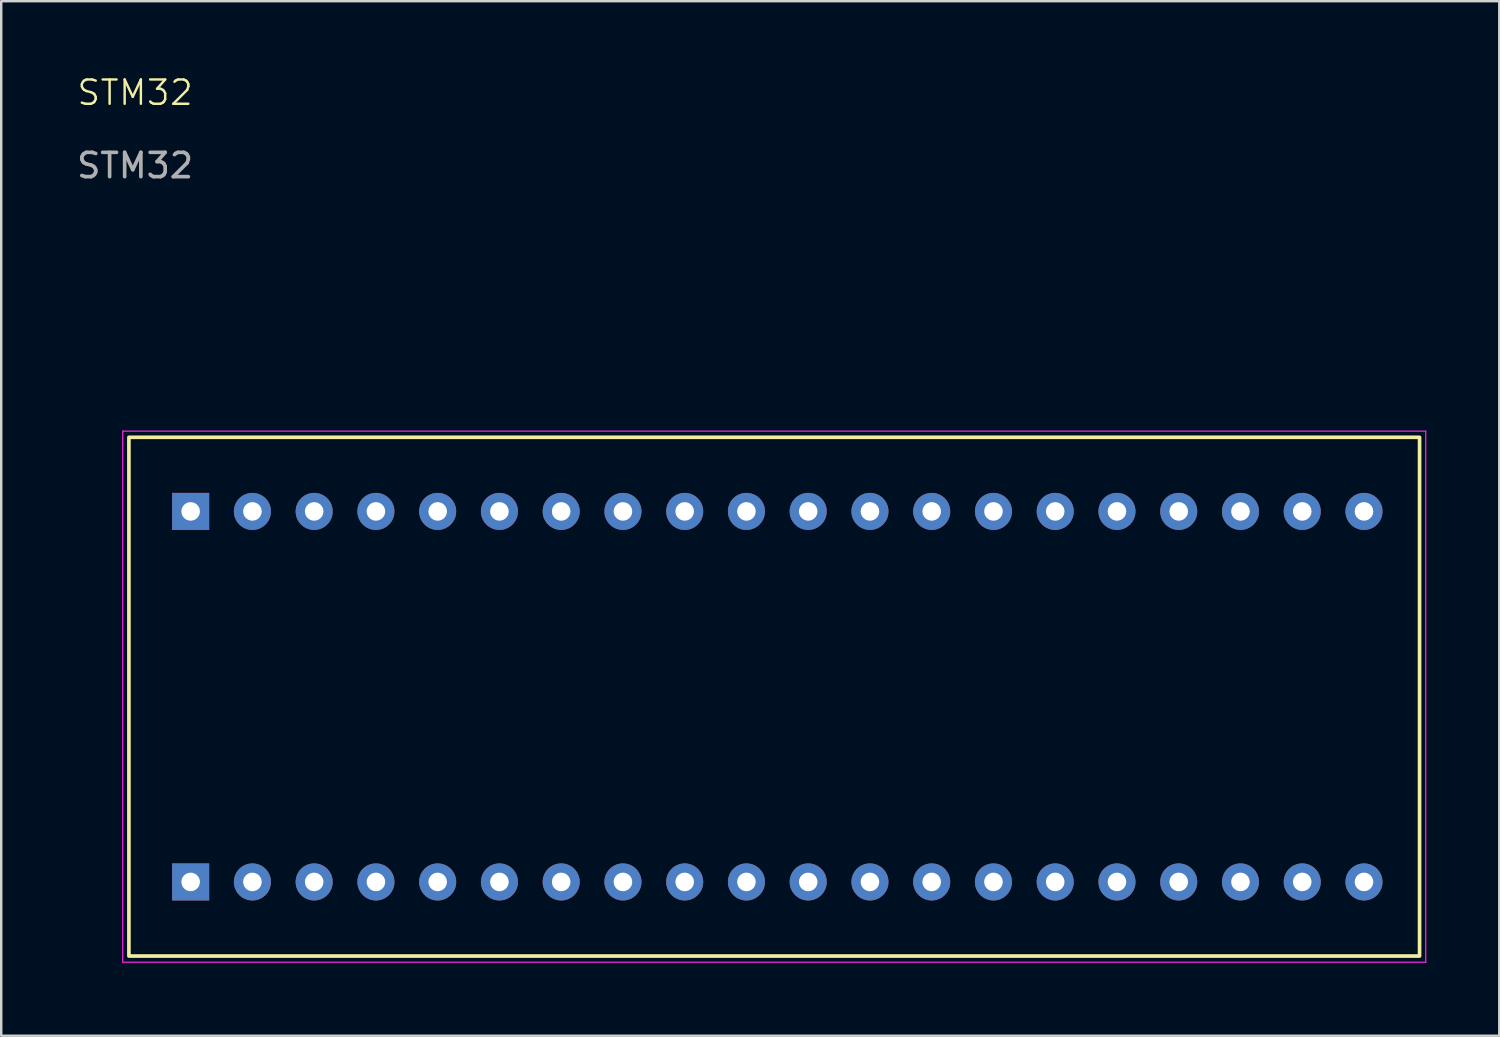
<source format=kicad_pcb>
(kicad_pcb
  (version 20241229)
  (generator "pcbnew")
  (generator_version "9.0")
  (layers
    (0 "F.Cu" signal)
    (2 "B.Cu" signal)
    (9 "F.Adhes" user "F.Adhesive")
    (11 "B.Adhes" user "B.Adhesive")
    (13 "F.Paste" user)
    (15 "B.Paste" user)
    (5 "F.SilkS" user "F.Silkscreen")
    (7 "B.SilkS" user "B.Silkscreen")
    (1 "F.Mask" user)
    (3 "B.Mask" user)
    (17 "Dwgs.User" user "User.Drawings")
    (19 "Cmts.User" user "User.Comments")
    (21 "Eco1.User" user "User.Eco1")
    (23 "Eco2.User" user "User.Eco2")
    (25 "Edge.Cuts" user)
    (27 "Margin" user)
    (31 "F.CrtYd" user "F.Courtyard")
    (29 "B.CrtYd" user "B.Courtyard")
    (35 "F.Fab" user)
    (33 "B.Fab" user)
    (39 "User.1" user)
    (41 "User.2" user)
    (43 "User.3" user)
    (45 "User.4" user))
  (footprint "STM32"
    (layer "F.Cu")
    (at 2.252 36.273)
    (property "Reference" "STM32" (at 0.254 -35.512 0) (unlocked yes) (layer "F.SilkS") (effects (font (size 1 1) (thickness 0.1))))
    (attr through_hole)
    (fp_rect (start 0 -21.336) (end 53.086 0) (stroke (width 0.15) (type default)) (fill no) (layer "F.SilkS"))
    (fp_line (start -0.254 -21.59) (end -0.254 -21.082) (stroke (width 0.05) (type default)) (layer "F.CrtYd"))
    (fp_line (start -0.254 -21.082) (end -0.254 0.254) (stroke (width 0.05) (type default)) (layer "F.CrtYd"))
    (fp_line (start -0.254 0.254) (end 53.34 0.254) (stroke (width 0.05) (type default)) (layer "F.CrtYd"))
    (fp_line (start 53.34 -21.59) (end -0.254 -21.59) (stroke (width 0.05) (type default)) (layer "F.CrtYd"))
    (fp_line (start 53.34 0.254) (end 53.34 -21.59) (stroke (width 0.05) (type default)) (layer "F.CrtYd"))
    (fp_text user "${REFERENCE}" (at 0.254 -32.512 0) (unlocked yes) (layer "F.Fab") (effects (font (size 1 1) (thickness 0.15))))
    (pad "1" thru_hole rect (at 2.54 -3.048) (size 1.524 1.524) (drill 0.762) (layers "*.Cu" "*.Mask"))
    (pad "2" thru_hole circle (at 5.08 -3.048) (size 1.524 1.524) (drill 0.762) (layers "*.Cu" "*.Mask"))
    (pad "3" thru_hole circle (at 7.62 -3.048) (size 1.524 1.524) (drill 0.762) (layers "*.Cu" "*.Mask"))
    (pad "4" thru_hole circle (at 10.16 -3.048) (size 1.524 1.524) (drill 0.762) (layers "*.Cu" "*.Mask"))
    (pad "5" thru_hole circle (at 12.7 -3.048) (size 1.524 1.524) (drill 0.762) (layers "*.Cu" "*.Mask"))
    (pad "6" thru_hole circle (at 15.24 -3.048) (size 1.524 1.524) (drill 0.762) (layers "*.Cu" "*.Mask"))
    (pad "7" thru_hole circle (at 17.78 -3.048) (size 1.524 1.524) (drill 0.762) (layers "*.Cu" "*.Mask"))
    (pad "8" thru_hole circle (at 20.32 -3.048) (size 1.524 1.524) (drill 0.762) (layers "*.Cu" "*.Mask"))
    (pad "9" thru_hole circle (at 22.86 -3.048) (size 1.524 1.524) (drill 0.762) (layers "*.Cu" "*.Mask"))
    (pad "10" thru_hole circle (at 25.4 -3.048) (size 1.524 1.524) (drill 0.762) (layers "*.Cu" "*.Mask"))
    (pad "11" thru_hole circle (at 27.94 -3.048) (size 1.524 1.524) (drill 0.762) (layers "*.Cu" "*.Mask"))
    (pad "12" thru_hole circle (at 30.48 -3.048) (size 1.524 1.524) (drill 0.762) (layers "*.Cu" "*.Mask"))
    (pad "13" thru_hole circle (at 33.02 -3.048) (size 1.524 1.524) (drill 0.762) (layers "*.Cu" "*.Mask"))
    (pad "14" thru_hole circle (at 35.56 -3.048) (size 1.524 1.524) (drill 0.762) (layers "*.Cu" "*.Mask"))
    (pad "15" thru_hole circle (at 38.1 -3.048) (size 1.524 1.524) (drill 0.762) (layers "*.Cu" "*.Mask"))
    (pad "16" thru_hole circle (at 40.64 -3.048) (size 1.524 1.524) (drill 0.762) (layers "*.Cu" "*.Mask"))
    (pad "17" thru_hole circle (at 43.18 -3.048) (size 1.524 1.524) (drill 0.762) (layers "*.Cu" "*.Mask"))
    (pad "18" thru_hole circle (at 45.72 -3.048) (size 1.524 1.524) (drill 0.762) (layers "*.Cu" "*.Mask"))
    (pad "19" thru_hole circle (at 48.26 -3.048) (size 1.524 1.524) (drill 0.762) (layers "*.Cu" "*.Mask"))
    (pad "20" thru_hole circle (at 50.8 -3.048) (size 1.524 1.524) (drill 0.762) (layers "*.Cu" "*.Mask"))
    (pad "21" thru_hole circle (at 50.8 -18.288) (size 1.524 1.524) (drill 0.762) (layers "*.Cu" "*.Mask"))
    (pad "22" thru_hole circle (at 48.26 -18.288) (size 1.524 1.524) (drill 0.762) (layers "*.Cu" "*.Mask"))
    (pad "23" thru_hole circle (at 45.72 -18.288) (size 1.524 1.524) (drill 0.762) (layers "*.Cu" "*.Mask"))
    (pad "24" thru_hole circle (at 43.18 -18.288) (size 1.524 1.524) (drill 0.762) (layers "*.Cu" "*.Mask"))
    (pad "25" thru_hole circle (at 40.64 -18.288) (size 1.524 1.524) (drill 0.762) (layers "*.Cu" "*.Mask"))
    (pad "26" thru_hole circle (at 38.1 -18.288) (size 1.524 1.524) (drill 0.762) (layers "*.Cu" "*.Mask"))
    (pad "27" thru_hole circle (at 35.56 -18.288) (size 1.524 1.524) (drill 0.762) (layers "*.Cu" "*.Mask"))
    (pad "28" thru_hole circle (at 33.02 -18.288) (size 1.524 1.524) (drill 0.762) (layers "*.Cu" "*.Mask"))
    (pad "29" thru_hole circle (at 30.48 -18.288) (size 1.524 1.524) (drill 0.762) (layers "*.Cu" "*.Mask"))
    (pad "30" thru_hole circle (at 27.94 -18.288) (size 1.524 1.524) (drill 0.762) (layers "*.Cu" "*.Mask"))
    (pad "31" thru_hole circle (at 25.4 -18.288) (size 1.524 1.524) (drill 0.762) (layers "*.Cu" "*.Mask"))
    (pad "32" thru_hole circle (at 22.86 -18.288) (size 1.524 1.524) (drill 0.762) (layers "*.Cu" "*.Mask"))
    (pad "33" thru_hole circle (at 20.32 -18.288) (size 1.524 1.524) (drill 0.762) (layers "*.Cu" "*.Mask"))
    (pad "34" thru_hole circle (at 17.78 -18.288) (size 1.524 1.524) (drill 0.762) (layers "*.Cu" "*.Mask"))
    (pad "35" thru_hole circle (at 15.24 -18.288) (size 1.524 1.524) (drill 0.762) (layers "*.Cu" "*.Mask"))
    (pad "36" thru_hole circle (at 12.7 -18.288) (size 1.524 1.524) (drill 0.762) (layers "*.Cu" "*.Mask"))
    (pad "37" thru_hole circle (at 10.16 -18.288) (size 1.524 1.524) (drill 0.762) (layers "*.Cu" "*.Mask"))
    (pad "38" thru_hole circle (at 7.62 -18.288) (size 1.524 1.524) (drill 0.762) (layers "*.Cu" "*.Mask"))
    (pad "39" thru_hole circle (at 5.08 -18.288) (size 1.524 1.524) (drill 0.762) (layers "*.Cu" "*.Mask"))
    (pad "40" thru_hole rect (at 2.54 -18.288) (size 1.524 1.524) (drill 0.762) (layers "*.Cu" "*.Mask")))
  (gr_rect
    (start -3 -3)
    (end 58.617 39.551)
    (stroke (width 0.1) (type default))
    (fill no)
    (layer "Edge.Cuts")))
</source>
